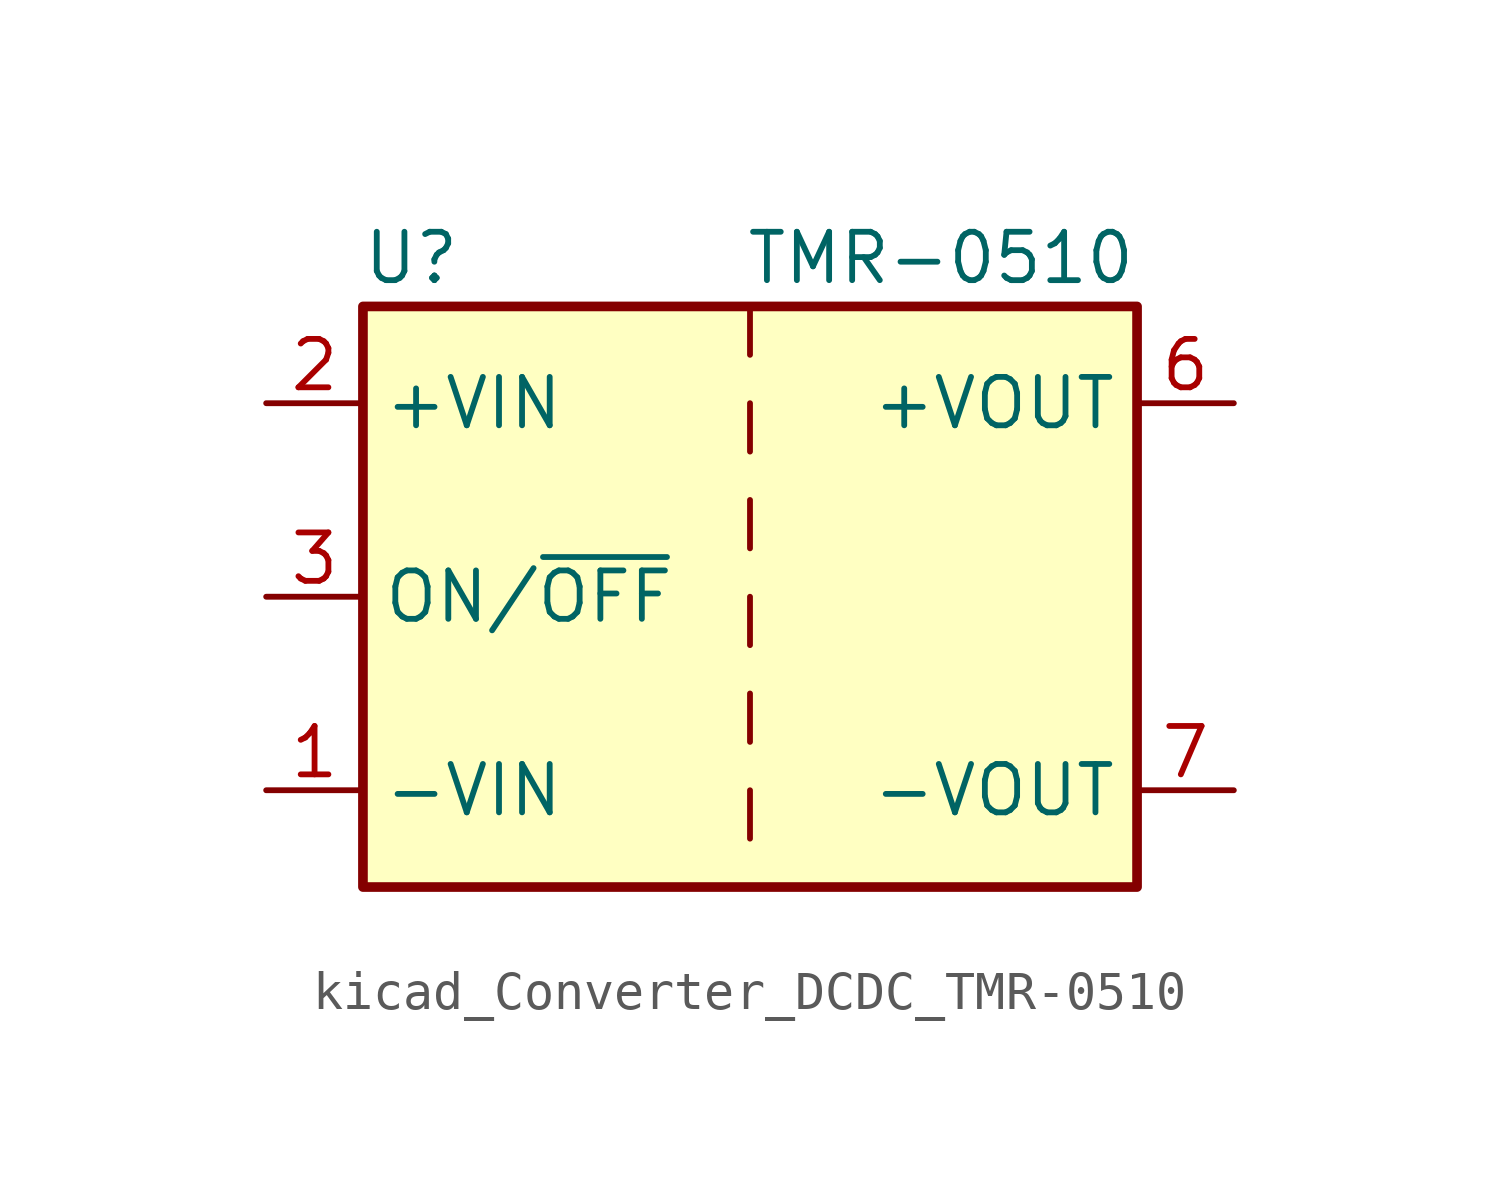
<source format=kicad_sym>
(kicad_symbol_lib
  (version 20220914)
  (generator kicad_symbol_editor)
  (symbol "kicad_Converter_DCDC_TMR-0510"
    (property "Reference" "U"
      (at -8.89 8.89 0)
      (effects (font (size 1.27 1.27))))
    (property "Value" "TMR-0510"
      (at 10.16 8.89 0)
      (effects (font (size 1.27 1.27)) (justify right)))
    (symbol "kicad_Converter_DCDC_TMR-0510_0_1"
      (rectangle (start -10.16 7.62) (end 10.16 -7.62) (stroke (width 0.254) (type default)) (fill (type background)))
      (polyline (pts (xy 0 -5.08) (xy 0 -6.35)) (stroke (width 0) (type default)) (fill (type none)))
      (polyline (pts (xy 0 -2.54) (xy 0 -3.81)) (stroke (width 0) (type default)) (fill (type none)))
      (polyline (pts (xy 0 0) (xy 0 -1.27)) (stroke (width 0) (type default)) (fill (type none)))
      (polyline (pts (xy 0 2.54) (xy 0 1.27)) (stroke (width 0) (type default)) (fill (type none)))
      (polyline (pts (xy 0 5.08) (xy 0 3.81)) (stroke (width 0) (type default)) (fill (type none)))
      (polyline (pts (xy 0 7.62) (xy 0 6.35)) (stroke (width 0) (type default)) (fill (type none))))
    (symbol "kicad_Converter_DCDC_TMR-0510_1_1"
      (pin power_in line (at -12.7 -5.08 0) (length 2.54) (name "-VIN" (effects (font (size 1.27 1.27)))) (number "1" (effects (font (size 1.27 1.27)))))
      (pin power_in line (at -12.7 5.08 0) (length 2.54) (name "+VIN" (effects (font (size 1.27 1.27)))) (number "2" (effects (font (size 1.27 1.27)))))
      (pin input line (at -12.7 0 0) (length 2.54) (name "ON/~{OFF}" (effects (font (size 1.27 1.27)))) (number "3" (effects (font (size 1.27 1.27)))))
      (pin no_connect line (at 10.16 2.54 180) (length 2.54) hide (name "NC" (effects (font (size 1.27 1.27)))) (number "5" (effects (font (size 1.27 1.27)))))
      (pin power_out line (at 12.7 5.08 180) (length 2.54) (name "+VOUT" (effects (font (size 1.27 1.27)))) (number "6" (effects (font (size 1.27 1.27)))))
      (pin power_out line (at 12.7 -5.08 180) (length 2.54) (name "-VOUT" (effects (font (size 1.27 1.27)))) (number "7" (effects (font (size 1.27 1.27)))))
      (pin no_connect line (at 10.16 0 180) (length 2.54) hide (name "NC" (effects (font (size 1.27 1.27)))) (number "8" (effects (font (size 1.27 1.27))))))))
</source>
